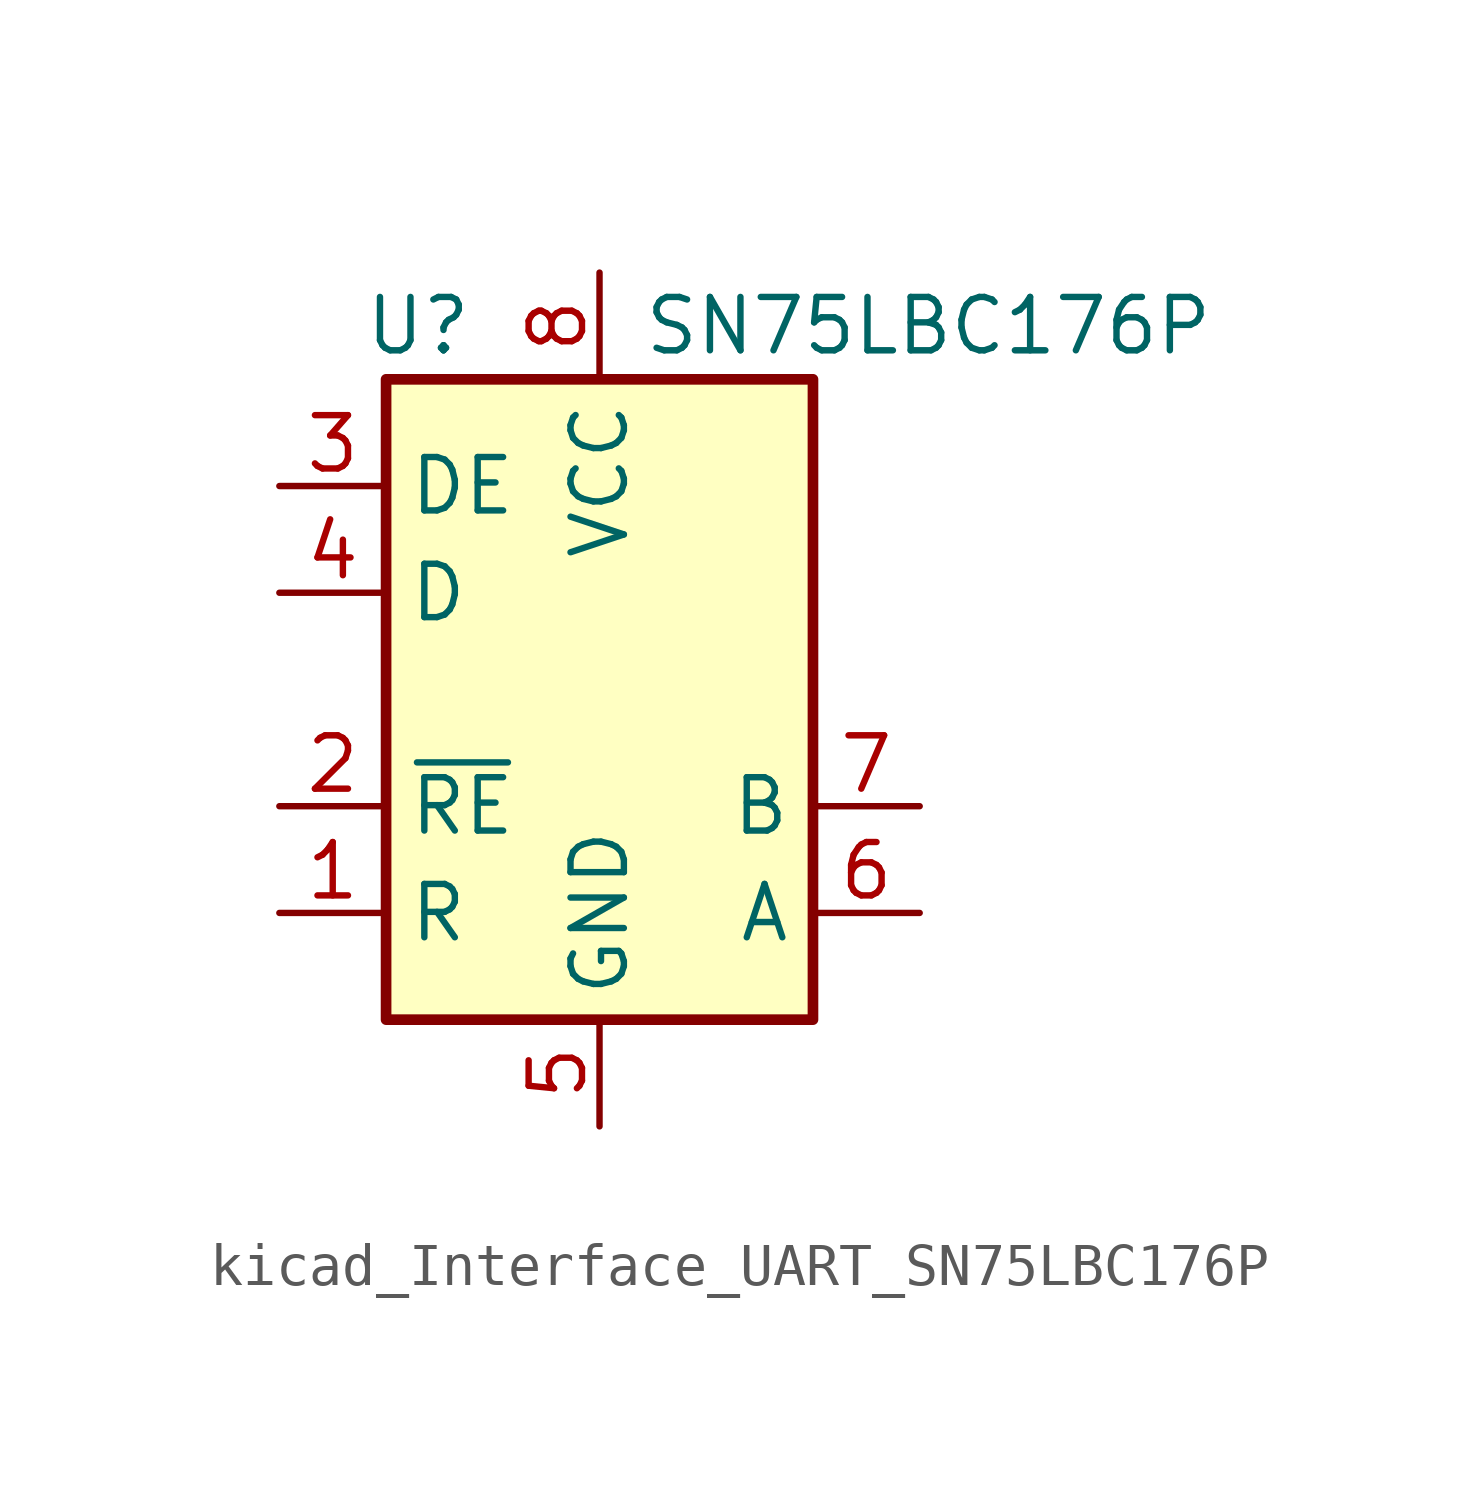
<source format=kicad_sym>
(kicad_symbol_lib
  (version 20220914)
  (generator kicad_symbol_editor)
  (symbol "kicad_Interface_UART_SN75LBC176P"
    (property "Reference" "U"
      (at -4.318 8.89 0)
      (effects (font (size 1.27 1.27))))
    (property "Value" "SN75LBC176P"
      (at 1.016 8.89 0)
      (effects (font (size 1.27 1.27)) (justify left)))
    (symbol "kicad_Interface_UART_SN75LBC176P_0_1"
      (rectangle (start -5.08 7.62) (end 5.08 -7.62) (stroke (width 0.254) (type default)) (fill (type background))))
    (symbol "kicad_Interface_UART_SN75LBC176P_1_1"
      (pin output line (at -7.62 -5.08 0) (length 2.54) (name "R" (effects (font (size 1.27 1.27)))) (number "1" (effects (font (size 1.27 1.27)))))
      (pin input line (at -7.62 -2.54 0) (length 2.54) (name "~{RE}" (effects (font (size 1.27 1.27)))) (number "2" (effects (font (size 1.27 1.27)))))
      (pin input line (at -7.62 5.08 0) (length 2.54) (name "DE" (effects (font (size 1.27 1.27)))) (number "3" (effects (font (size 1.27 1.27)))))
      (pin input line (at -7.62 2.54 0) (length 2.54) (name "D" (effects (font (size 1.27 1.27)))) (number "4" (effects (font (size 1.27 1.27)))))
      (pin power_in line (at 0 -10.16 90) (length 2.54) (name "GND" (effects (font (size 1.27 1.27)))) (number "5" (effects (font (size 1.27 1.27)))))
      (pin bidirectional line (at 7.62 -5.08 180) (length 2.54) (name "A" (effects (font (size 1.27 1.27)))) (number "6" (effects (font (size 1.27 1.27)))))
      (pin bidirectional line (at 7.62 -2.54 180) (length 2.54) (name "B" (effects (font (size 1.27 1.27)))) (number "7" (effects (font (size 1.27 1.27)))))
      (pin power_in line (at 0 10.16 270) (length 2.54) (name "VCC" (effects (font (size 1.27 1.27)))) (number "8" (effects (font (size 1.27 1.27))))))))
</source>
